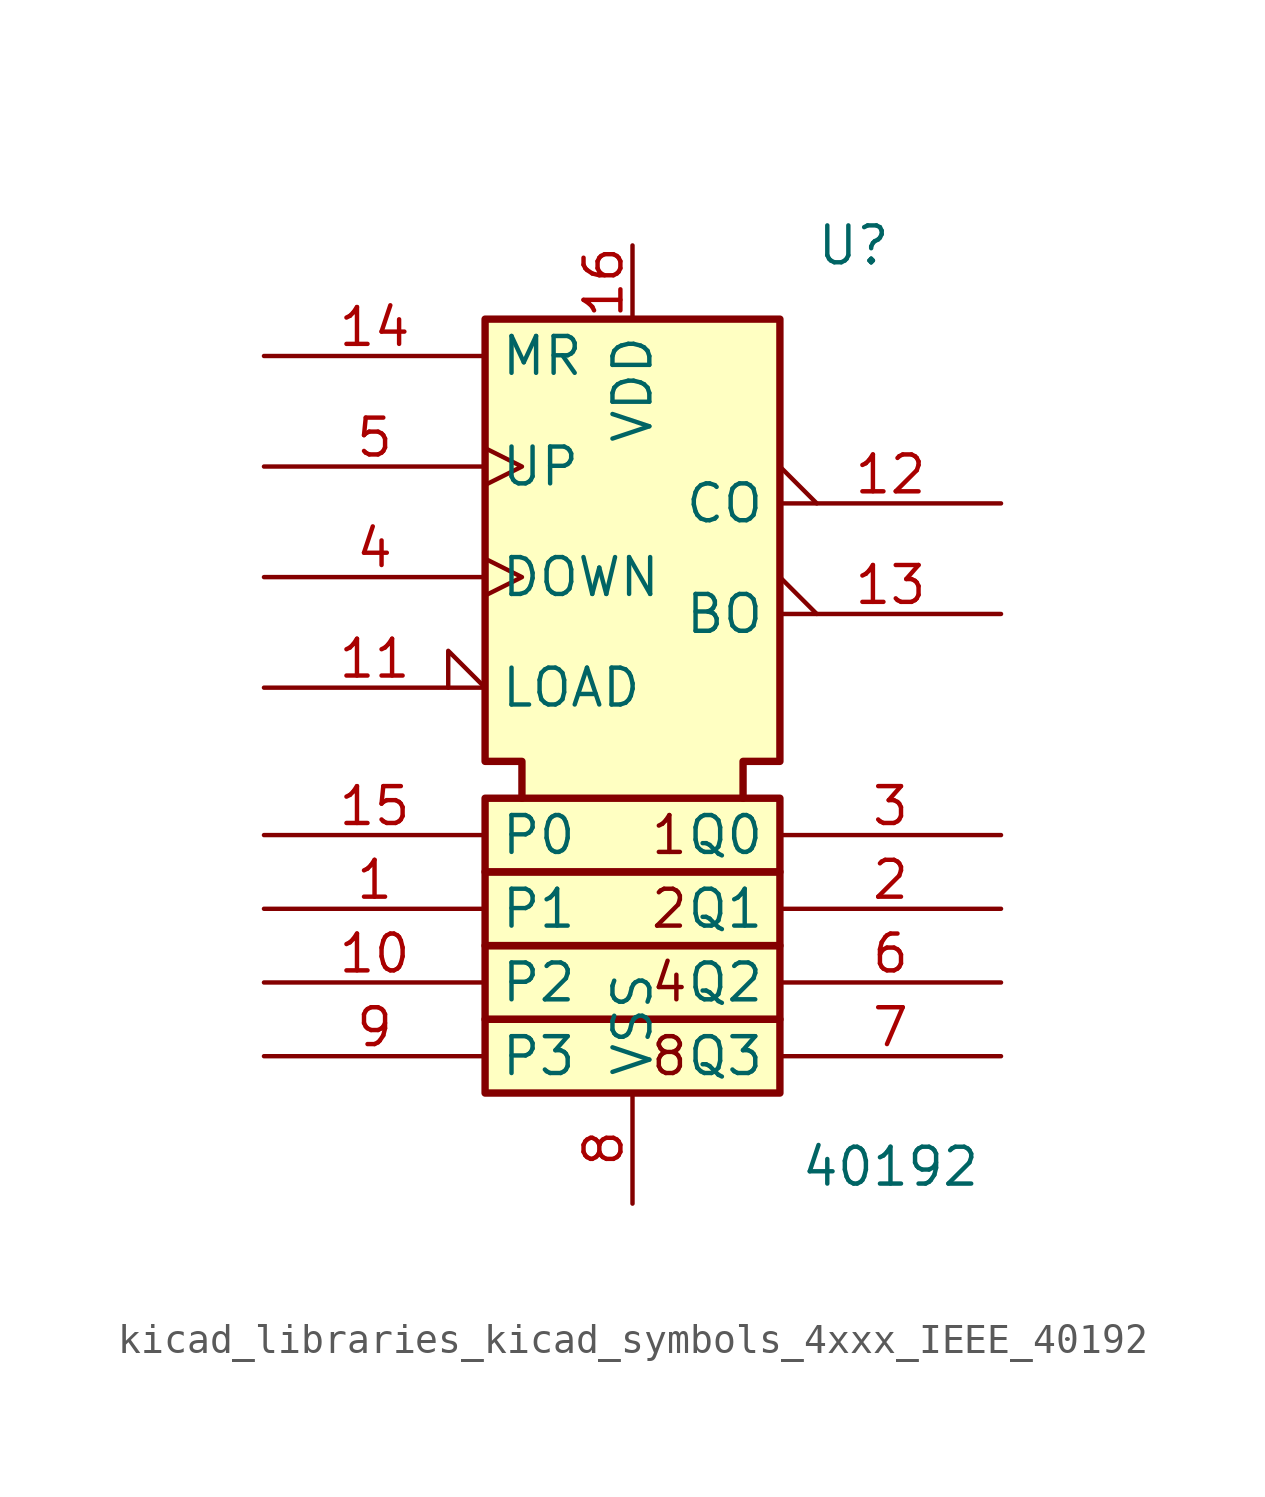
<source format=kicad_sym>
(kicad_symbol_lib
  (version 20220914)
  (generator kicad_symbol_editor)
  (symbol "kicad_libraries_kicad_symbols_4xxx_IEEE_40192"
    (property "Reference" "U"
      (at 7.62 12.7 0)
      (effects (font (size 1.27 1.27))))
    (property "Value" "40192"
      (at 8.89 -19.05 0)
      (effects (font (size 1.27 1.27))))
    (symbol "kicad_libraries_kicad_symbols_4xxx_IEEE_40192_0_0"
      (text "1" (at 1.27 -7.62 0) (effects (font (size 1.27 1.27))))
      (text "2" (at 1.27 -10.16 0) (effects (font (size 1.27 1.27))))
      (text "4" (at 1.27 -12.7 0) (effects (font (size 1.27 1.27))))
      (text "8" (at 1.27 -15.24 0) (effects (font (size 1.27 1.27)))))
    (symbol "kicad_libraries_kicad_symbols_4xxx_IEEE_40192_0_1"
      (rectangle (start -5.08 -13.97) (end 5.08 -16.51) (stroke (width 0.254) (type default)) (fill (type background)))
      (rectangle (start -5.08 -11.43) (end 5.08 -13.97) (stroke (width 0.254) (type default)) (fill (type background)))
      (rectangle (start -5.08 -8.89) (end 5.08 -11.43) (stroke (width 0.254) (type default)) (fill (type background)))
      (rectangle (start -5.08 -6.35) (end 5.08 -8.89) (stroke (width 0.254) (type default)) (fill (type background)))
      (polyline (pts (xy -3.81 -6.35) (xy -3.81 -5.08) (xy -5.08 -5.08) (xy -5.08 10.16) (xy 5.08 10.16) (xy 5.08 -5.08) (xy 3.81 -5.08) (xy 3.81 -6.35) (xy 3.81 -6.35)) (stroke (width 0.254) (type default)) (fill (type background))))
    (symbol "kicad_libraries_kicad_symbols_4xxx_IEEE_40192_1_1"
      (pin input line (at -12.7 -10.16 0) (length 7.62) (name "P1" (effects (font (size 1.27 1.27)))) (number "1" (effects (font (size 1.27 1.27)))))
      (pin input line (at -12.7 -12.7 0) (length 7.62) (name "P2" (effects (font (size 1.27 1.27)))) (number "10" (effects (font (size 1.27 1.27)))))
      (pin input input_low (at -12.7 -2.54 0) (length 7.62) (name "LOAD" (effects (font (size 1.27 1.27)))) (number "11" (effects (font (size 1.27 1.27)))))
      (pin output output_low (at 12.7 3.81 180) (length 7.62) (name "CO" (effects (font (size 1.27 1.27)))) (number "12" (effects (font (size 1.27 1.27)))))
      (pin output output_low (at 12.7 0 180) (length 7.62) (name "BO" (effects (font (size 1.27 1.27)))) (number "13" (effects (font (size 1.27 1.27)))))
      (pin input line (at -12.7 8.89 0) (length 7.62) (name "MR" (effects (font (size 1.27 1.27)))) (number "14" (effects (font (size 1.27 1.27)))))
      (pin input line (at -12.7 -7.62 0) (length 7.62) (name "P0" (effects (font (size 1.27 1.27)))) (number "15" (effects (font (size 1.27 1.27)))))
      (pin power_in line (at 0 12.7 270) (length 2.54) (name "VDD" (effects (font (size 1.27 1.27)))) (number "16" (effects (font (size 1.27 1.27)))))
      (pin output line (at 12.7 -10.16 180) (length 7.62) (name "Q1" (effects (font (size 1.27 1.27)))) (number "2" (effects (font (size 1.27 1.27)))))
      (pin output line (at 12.7 -7.62 180) (length 7.62) (name "Q0" (effects (font (size 1.27 1.27)))) (number "3" (effects (font (size 1.27 1.27)))))
      (pin input clock (at -12.7 1.27 0) (length 7.62) (name "DOWN" (effects (font (size 1.27 1.27)))) (number "4" (effects (font (size 1.27 1.27)))))
      (pin input clock (at -12.7 5.08 0) (length 7.62) (name "UP" (effects (font (size 1.27 1.27)))) (number "5" (effects (font (size 1.27 1.27)))))
      (pin output line (at 12.7 -12.7 180) (length 7.62) (name "Q2" (effects (font (size 1.27 1.27)))) (number "6" (effects (font (size 1.27 1.27)))))
      (pin output line (at 12.7 -15.24 180) (length 7.62) (name "Q3" (effects (font (size 1.27 1.27)))) (number "7" (effects (font (size 1.27 1.27)))))
      (pin power_in line (at 0 -20.32 90) (length 3.81) (name "VSS" (effects (font (size 1.27 1.27)))) (number "8" (effects (font (size 1.27 1.27)))))
      (pin input line (at -12.7 -15.24 0) (length 7.62) (name "P3" (effects (font (size 1.27 1.27)))) (number "9" (effects (font (size 1.27 1.27))))))))
</source>
